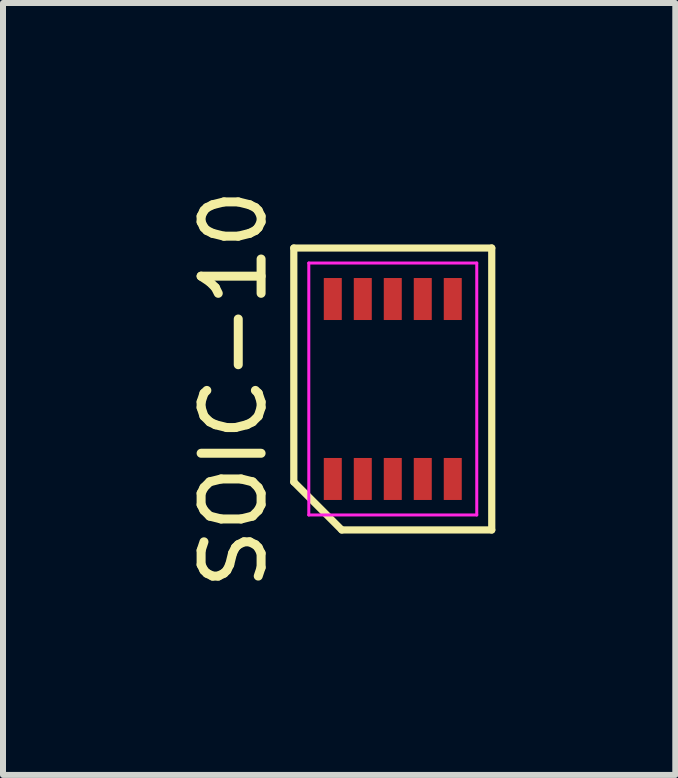
<source format=kicad_pcb>
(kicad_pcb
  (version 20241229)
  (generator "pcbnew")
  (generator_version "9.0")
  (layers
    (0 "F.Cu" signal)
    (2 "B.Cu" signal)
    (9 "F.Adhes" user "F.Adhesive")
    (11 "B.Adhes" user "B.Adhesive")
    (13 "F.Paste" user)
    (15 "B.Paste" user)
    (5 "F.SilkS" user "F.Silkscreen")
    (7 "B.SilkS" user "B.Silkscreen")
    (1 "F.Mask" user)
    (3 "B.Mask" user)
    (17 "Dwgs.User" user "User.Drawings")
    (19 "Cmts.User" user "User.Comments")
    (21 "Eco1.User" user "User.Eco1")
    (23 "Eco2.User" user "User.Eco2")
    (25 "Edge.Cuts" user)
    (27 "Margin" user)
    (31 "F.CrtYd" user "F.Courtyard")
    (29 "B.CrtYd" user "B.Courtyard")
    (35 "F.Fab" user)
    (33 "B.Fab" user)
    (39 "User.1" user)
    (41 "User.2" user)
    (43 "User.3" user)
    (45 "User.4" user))
  (footprint "SOIC-10"
    (layer "F.Cu")
    (at 3.498 3.435)
    (property "Reference" "SOIC-10" (at -2.65 0 90) (layer "F.SilkS") (effects (font (size 1 1) (thickness 0.15))))
    (attr smd)
    (fp_line (start -1.65 -2.35) (end 1.65 -2.35) (stroke (width 0.12) (type default)) (layer "F.SilkS"))
    (fp_line (start -1.65 1.55) (end -1.65 -2.35) (stroke (width 0.12) (type default)) (layer "F.SilkS"))
    (fp_line (start -0.85 2.35) (end -1.65 1.55) (stroke (width 0.12) (type default)) (layer "F.SilkS"))
    (fp_line (start 1.65 -2.35) (end 1.65 2.35) (stroke (width 0.12) (type default)) (layer "F.SilkS"))
    (fp_line (start 1.65 2.35) (end -0.85 2.35) (stroke (width 0.12) (type default)) (layer "F.SilkS"))
    (fp_line (start -1.4 -2.1) (end 1.4 -2.1) (stroke (width 0.05) (type default)) (layer "F.CrtYd"))
    (fp_line (start -1.4 2.1) (end -1.4 -2.1) (stroke (width 0.05) (type default)) (layer "F.CrtYd"))
    (fp_line (start 1.4 -2.1) (end 1.4 2.1) (stroke (width 0.05) (type default)) (layer "F.CrtYd"))
    (fp_line (start 1.4 2.1) (end -1.4 2.1) (stroke (width 0.05) (type default)) (layer "F.CrtYd"))
    (pad "1" smd rect (at -1 1.5) (size 0.3 0.7) (layers "F.Cu" "F.Mask" "F.Paste"))
    (pad "2" smd rect (at -0.5 1.5) (size 0.3 0.7) (layers "F.Cu" "F.Mask" "F.Paste"))
    (pad "3" smd rect (at 0 1.5) (size 0.3 0.7) (layers "F.Cu" "F.Mask" "F.Paste"))
    (pad "4" smd rect (at 0.5 1.5) (size 0.3 0.7) (layers "F.Cu" "F.Mask" "F.Paste"))
    (pad "5" smd rect (at 1 1.5) (size 0.3 0.7) (layers "F.Cu" "F.Mask" "F.Paste"))
    (pad "6" smd rect (at 1 -1.5) (size 0.3 0.7) (layers "F.Cu" "F.Mask" "F.Paste"))
    (pad "7" smd rect (at 0.5 -1.5) (size 0.3 0.7) (layers "F.Cu" "F.Mask" "F.Paste"))
    (pad "8" smd rect (at 0 -1.5) (size 0.3 0.7) (layers "F.Cu" "F.Mask" "F.Paste"))
    (pad "9" smd rect (at -0.5 -1.5) (size 0.3 0.7) (layers "F.Cu" "F.Mask" "F.Paste"))
    (pad "10" smd rect (at -1 -1.5) (size 0.3 0.7) (layers "F.Cu" "F.Mask" "F.Paste")))
  (gr_rect
    (start -3 -3)
    (end 8.208 9.869)
    (stroke (width 0.1) (type default))
    (fill no)
    (layer "Edge.Cuts")))
</source>
